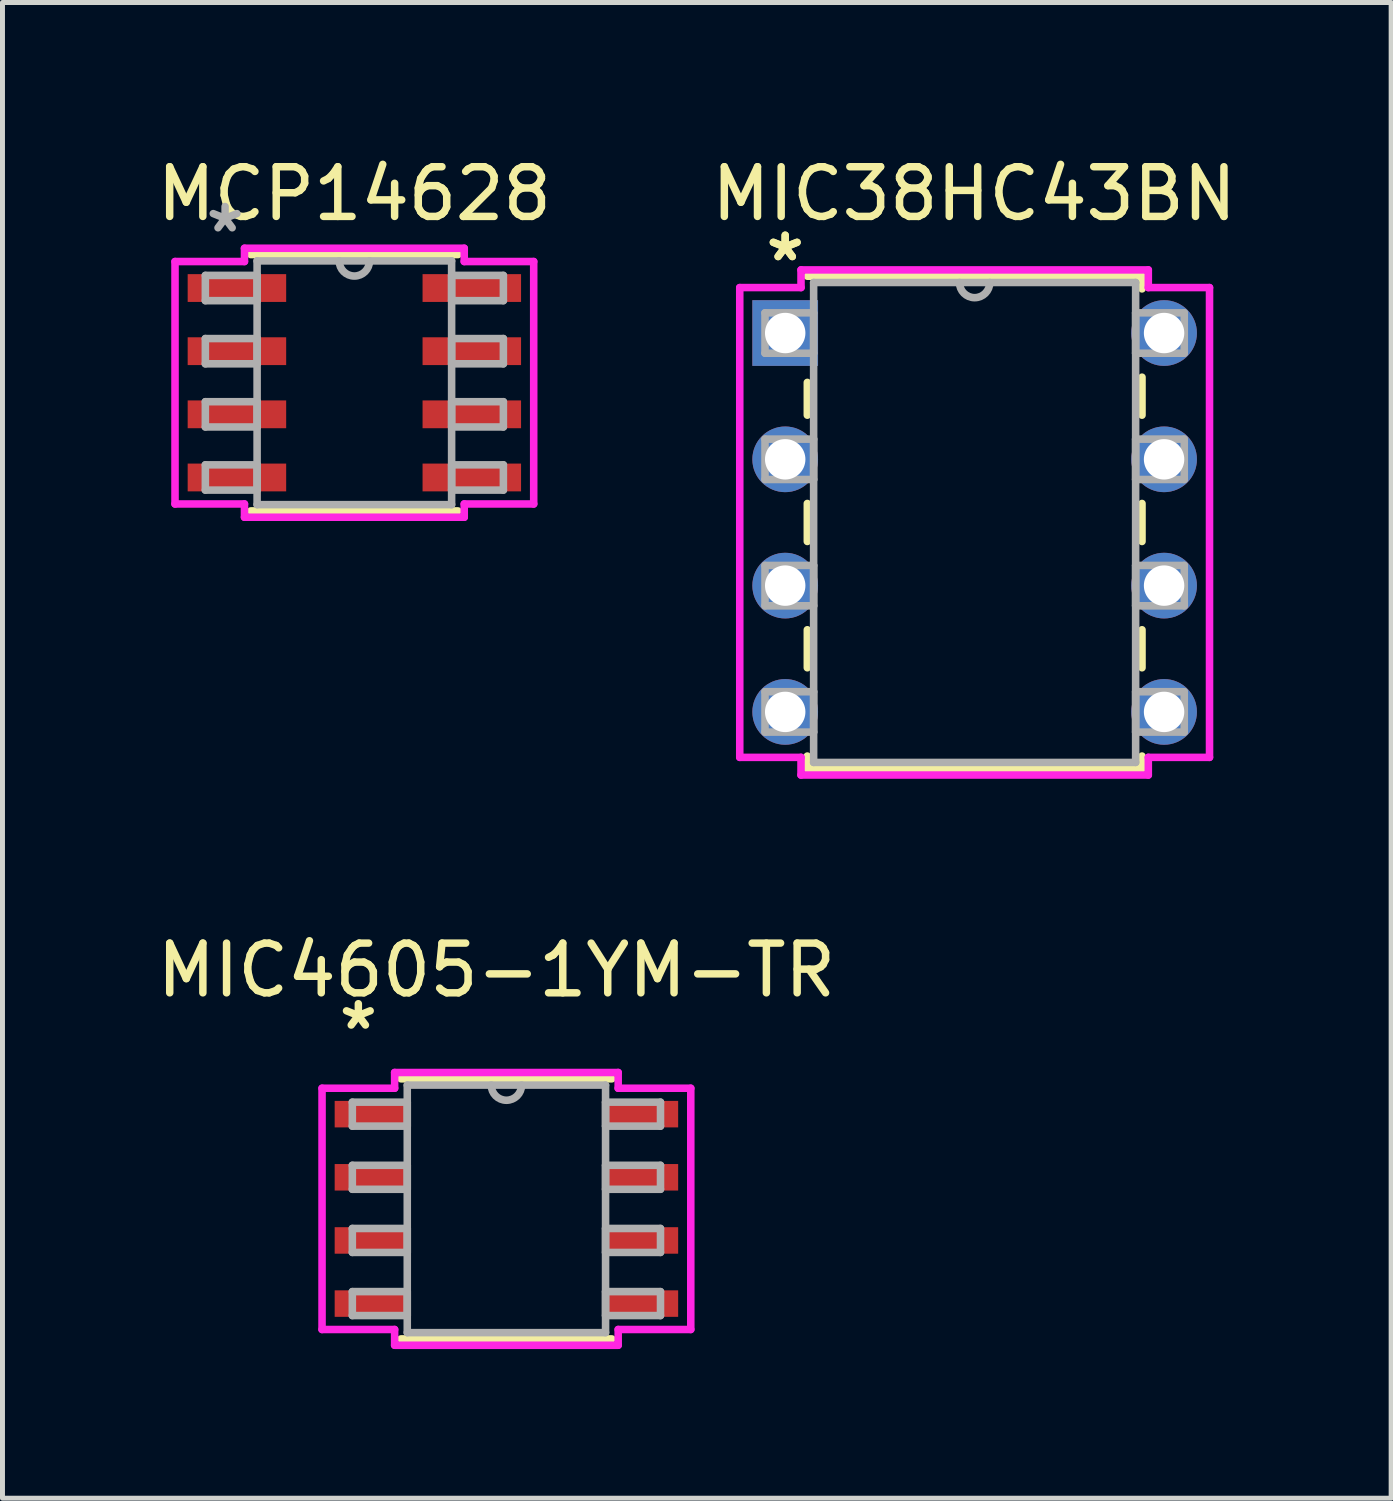
<source format=kicad_pcb>
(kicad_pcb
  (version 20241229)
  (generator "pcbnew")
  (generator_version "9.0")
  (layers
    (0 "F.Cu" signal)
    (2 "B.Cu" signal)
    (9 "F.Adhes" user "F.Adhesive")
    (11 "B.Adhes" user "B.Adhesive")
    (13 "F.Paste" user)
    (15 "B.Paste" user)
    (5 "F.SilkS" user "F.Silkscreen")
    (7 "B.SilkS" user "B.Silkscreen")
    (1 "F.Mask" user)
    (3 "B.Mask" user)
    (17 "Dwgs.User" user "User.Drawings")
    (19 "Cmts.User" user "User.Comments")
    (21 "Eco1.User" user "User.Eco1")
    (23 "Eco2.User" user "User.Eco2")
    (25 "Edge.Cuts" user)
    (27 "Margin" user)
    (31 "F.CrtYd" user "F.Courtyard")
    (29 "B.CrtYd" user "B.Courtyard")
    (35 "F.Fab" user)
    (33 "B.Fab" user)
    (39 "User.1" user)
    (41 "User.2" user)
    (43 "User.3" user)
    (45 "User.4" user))
  (footprint "MIC4605-1YM-TR"
    (layer "F.Cu")
    (at 7.135 21.263)
    (property "Reference" "MIC4605-1YM-TR" (at -0.2 -4.8 0) (layer "F.SilkS") (effects (font (size 1 1) (thickness 0.15))))
    (attr through_hole)
    (fp_line (start -2.121 2.616) (end 2.121 2.616) (stroke (width 0.152) (type solid)) (layer "F.SilkS"))
    (fp_line (start 2.121 -2.616) (end -2.121 -2.616) (stroke (width 0.152) (type solid)) (layer "F.SilkS"))
    (fp_line (start -3.708 -2.426) (end -2.248 -2.426) (stroke (width 0.152) (type solid)) (layer "F.CrtYd"))
    (fp_line (start -3.708 2.426) (end -3.708 -2.426) (stroke (width 0.152) (type solid)) (layer "F.CrtYd"))
    (fp_line (start -2.248 -2.743) (end 2.248 -2.743) (stroke (width 0.152) (type solid)) (layer "F.CrtYd"))
    (fp_line (start -2.248 -2.426) (end -2.248 -2.743) (stroke (width 0.152) (type solid)) (layer "F.CrtYd"))
    (fp_line (start -2.248 2.426) (end -3.708 2.426) (stroke (width 0.152) (type solid)) (layer "F.CrtYd"))
    (fp_line (start -2.248 2.743) (end -2.248 2.426) (stroke (width 0.152) (type solid)) (layer "F.CrtYd"))
    (fp_line (start 2.248 -2.743) (end 2.248 -2.426) (stroke (width 0.152) (type solid)) (layer "F.CrtYd"))
    (fp_line (start 2.248 -2.426) (end 3.708 -2.426) (stroke (width 0.152) (type solid)) (layer "F.CrtYd"))
    (fp_line (start 2.248 2.426) (end 2.248 2.743) (stroke (width 0.152) (type solid)) (layer "F.CrtYd"))
    (fp_line (start 2.248 2.743) (end -2.248 2.743) (stroke (width 0.152) (type solid)) (layer "F.CrtYd"))
    (fp_line (start 3.708 -2.426) (end 3.708 2.426) (stroke (width 0.152) (type solid)) (layer "F.CrtYd"))
    (fp_line (start 3.708 2.426) (end 2.248 2.426) (stroke (width 0.152) (type solid)) (layer "F.CrtYd"))
    (fp_line (start -3.099 -2.146) (end -3.099 -1.664) (stroke (width 0.152) (type solid)) (layer "F.Fab"))
    (fp_line (start -3.099 -1.664) (end -1.994 -1.664) (stroke (width 0.152) (type solid)) (layer "F.Fab"))
    (fp_line (start -3.099 -0.876) (end -3.099 -0.394) (stroke (width 0.152) (type solid)) (layer "F.Fab"))
    (fp_line (start -3.099 -0.394) (end -1.994 -0.394) (stroke (width 0.152) (type solid)) (layer "F.Fab"))
    (fp_line (start -3.099 0.394) (end -3.099 0.876) (stroke (width 0.152) (type solid)) (layer "F.Fab"))
    (fp_line (start -3.099 0.876) (end -1.994 0.876) (stroke (width 0.152) (type solid)) (layer "F.Fab"))
    (fp_line (start -3.099 1.664) (end -3.099 2.146) (stroke (width 0.152) (type solid)) (layer "F.Fab"))
    (fp_line (start -3.099 2.146) (end -1.994 2.146) (stroke (width 0.152) (type solid)) (layer "F.Fab"))
    (fp_line (start -1.994 -2.489) (end -1.994 2.489) (stroke (width 0.152) (type solid)) (layer "F.Fab"))
    (fp_line (start -1.994 -2.146) (end -3.099 -2.146) (stroke (width 0.152) (type solid)) (layer "F.Fab"))
    (fp_line (start -1.994 -1.664) (end -1.994 -2.146) (stroke (width 0.152) (type solid)) (layer "F.Fab"))
    (fp_line (start -1.994 -0.876) (end -3.099 -0.876) (stroke (width 0.152) (type solid)) (layer "F.Fab"))
    (fp_line (start -1.994 -0.394) (end -1.994 -0.876) (stroke (width 0.152) (type solid)) (layer "F.Fab"))
    (fp_line (start -1.994 0.394) (end -3.099 0.394) (stroke (width 0.152) (type solid)) (layer "F.Fab"))
    (fp_line (start -1.994 0.876) (end -1.994 0.394) (stroke (width 0.152) (type solid)) (layer "F.Fab"))
    (fp_line (start -1.994 1.664) (end -3.099 1.664) (stroke (width 0.152) (type solid)) (layer "F.Fab"))
    (fp_line (start -1.994 2.146) (end -1.994 1.664) (stroke (width 0.152) (type solid)) (layer "F.Fab"))
    (fp_line (start -1.994 2.489) (end 1.994 2.489) (stroke (width 0.152) (type solid)) (layer "F.Fab"))
    (fp_line (start 1.994 -2.489) (end -1.994 -2.489) (stroke (width 0.152) (type solid)) (layer "F.Fab"))
    (fp_line (start 1.994 -2.146) (end 1.994 -1.664) (stroke (width 0.152) (type solid)) (layer "F.Fab"))
    (fp_line (start 1.994 -1.664) (end 3.099 -1.664) (stroke (width 0.152) (type solid)) (layer "F.Fab"))
    (fp_line (start 1.994 -0.876) (end 1.994 -0.394) (stroke (width 0.152) (type solid)) (layer "F.Fab"))
    (fp_line (start 1.994 -0.394) (end 3.099 -0.394) (stroke (width 0.152) (type solid)) (layer "F.Fab"))
    (fp_line (start 1.994 0.394) (end 1.994 0.876) (stroke (width 0.152) (type solid)) (layer "F.Fab"))
    (fp_line (start 1.994 0.876) (end 3.099 0.876) (stroke (width 0.152) (type solid)) (layer "F.Fab"))
    (fp_line (start 1.994 1.664) (end 1.994 2.146) (stroke (width 0.152) (type solid)) (layer "F.Fab"))
    (fp_line (start 1.994 2.146) (end 3.099 2.146) (stroke (width 0.152) (type solid)) (layer "F.Fab"))
    (fp_line (start 1.994 2.489) (end 1.994 -2.489) (stroke (width 0.152) (type solid)) (layer "F.Fab"))
    (fp_line (start 3.099 -2.146) (end 1.994 -2.146) (stroke (width 0.152) (type solid)) (layer "F.Fab"))
    (fp_line (start 3.099 -1.664) (end 3.099 -2.146) (stroke (width 0.152) (type solid)) (layer "F.Fab"))
    (fp_line (start 3.099 -0.876) (end 1.994 -0.876) (stroke (width 0.152) (type solid)) (layer "F.Fab"))
    (fp_line (start 3.099 -0.394) (end 3.099 -0.876) (stroke (width 0.152) (type solid)) (layer "F.Fab"))
    (fp_line (start 3.099 0.394) (end 1.994 0.394) (stroke (width 0.152) (type solid)) (layer "F.Fab"))
    (fp_line (start 3.099 0.876) (end 3.099 0.394) (stroke (width 0.152) (type solid)) (layer "F.Fab"))
    (fp_line (start 3.099 1.664) (end 1.994 1.664) (stroke (width 0.152) (type solid)) (layer "F.Fab"))
    (fp_line (start 3.099 2.146) (end 3.099 1.664) (stroke (width 0.152) (type solid)) (layer "F.Fab"))
    (fp_arc (start 0.3048 -2.4892) (mid 0 -2.1844) (end -0.3048 -2.4892) (stroke (width 0.1524) (type solid)) (layer "F.Fab"))
    (fp_text user "*" (at -2.978 -3.581 0) (layer "F.SilkS") (effects (font (size 1 1) (thickness 0.15))))
    (pad "1" smd rect (at -2.724 -1.905) (size 1.46 0.533) (layers "F.Cu" "F.Mask" "F.Paste"))
    (pad "2" smd rect (at -2.724 -0.635) (size 1.46 0.533) (layers "F.Cu" "F.Mask" "F.Paste"))
    (pad "3" smd rect (at -2.724 0.635) (size 1.46 0.533) (layers "F.Cu" "F.Mask" "F.Paste"))
    (pad "4" smd rect (at -2.724 1.905) (size 1.46 0.533) (layers "F.Cu" "F.Mask" "F.Paste"))
    (pad "5" smd rect (at 2.724 1.905) (size 1.46 0.533) (layers "F.Cu" "F.Mask" "F.Paste"))
    (pad "6" smd rect (at 2.724 0.635) (size 1.46 0.533) (layers "F.Cu" "F.Mask" "F.Paste"))
    (pad "7" smd rect (at 2.724 -0.635) (size 1.46 0.533) (layers "F.Cu" "F.Mask" "F.Paste"))
    (pad "8" smd rect (at 2.724 -1.905) (size 1.46 0.533) (layers "F.Cu" "F.Mask" "F.Paste")))
  (footprint "MCP14628"
    (layer "F.Cu")
    (at 4.077 4.648)
    (property "Reference" "MCP14628" (at 0 -3.8 0) (layer "F.SilkS") (effects (font (size 1 1) (thickness 0.15))))
    (attr through_hole)
    (fp_line (start -2.083 2.578) (end 2.083 2.578) (stroke (width 0.152) (type solid)) (layer "F.SilkS"))
    (fp_line (start 2.083 -2.578) (end -2.083 -2.578) (stroke (width 0.152) (type solid)) (layer "F.SilkS"))
    (fp_line (start -3.607 -2.438) (end -2.21 -2.438) (stroke (width 0.152) (type solid)) (layer "F.CrtYd"))
    (fp_line (start -3.607 2.438) (end -3.607 -2.438) (stroke (width 0.152) (type solid)) (layer "F.CrtYd"))
    (fp_line (start -2.21 -2.705) (end 2.21 -2.705) (stroke (width 0.152) (type solid)) (layer "F.CrtYd"))
    (fp_line (start -2.21 -2.438) (end -2.21 -2.705) (stroke (width 0.152) (type solid)) (layer "F.CrtYd"))
    (fp_line (start -2.21 2.438) (end -3.607 2.438) (stroke (width 0.152) (type solid)) (layer "F.CrtYd"))
    (fp_line (start -2.21 2.705) (end -2.21 2.438) (stroke (width 0.152) (type solid)) (layer "F.CrtYd"))
    (fp_line (start 2.21 -2.705) (end 2.21 -2.438) (stroke (width 0.152) (type solid)) (layer "F.CrtYd"))
    (fp_line (start 2.21 -2.438) (end 3.607 -2.438) (stroke (width 0.152) (type solid)) (layer "F.CrtYd"))
    (fp_line (start 2.21 2.438) (end 2.21 2.705) (stroke (width 0.152) (type solid)) (layer "F.CrtYd"))
    (fp_line (start 2.21 2.705) (end -2.21 2.705) (stroke (width 0.152) (type solid)) (layer "F.CrtYd"))
    (fp_line (start 3.607 -2.438) (end 3.607 2.438) (stroke (width 0.152) (type solid)) (layer "F.CrtYd"))
    (fp_line (start 3.607 2.438) (end 2.21 2.438) (stroke (width 0.152) (type solid)) (layer "F.CrtYd"))
    (fp_line (start -2.997 -2.159) (end -2.997 -1.651) (stroke (width 0.152) (type solid)) (layer "F.Fab"))
    (fp_line (start -2.997 -1.651) (end -1.956 -1.651) (stroke (width 0.152) (type solid)) (layer "F.Fab"))
    (fp_line (start -2.997 -0.889) (end -2.997 -0.381) (stroke (width 0.152) (type solid)) (layer "F.Fab"))
    (fp_line (start -2.997 -0.381) (end -1.956 -0.381) (stroke (width 0.152) (type solid)) (layer "F.Fab"))
    (fp_line (start -2.997 0.381) (end -2.997 0.889) (stroke (width 0.152) (type solid)) (layer "F.Fab"))
    (fp_line (start -2.997 0.889) (end -1.956 0.889) (stroke (width 0.152) (type solid)) (layer "F.Fab"))
    (fp_line (start -2.997 1.651) (end -2.997 2.159) (stroke (width 0.152) (type solid)) (layer "F.Fab"))
    (fp_line (start -2.997 2.159) (end -1.956 2.159) (stroke (width 0.152) (type solid)) (layer "F.Fab"))
    (fp_line (start -1.956 -2.451) (end -1.956 2.451) (stroke (width 0.152) (type solid)) (layer "F.Fab"))
    (fp_line (start -1.956 -2.159) (end -2.997 -2.159) (stroke (width 0.152) (type solid)) (layer "F.Fab"))
    (fp_line (start -1.956 -1.651) (end -1.956 -2.159) (stroke (width 0.152) (type solid)) (layer "F.Fab"))
    (fp_line (start -1.956 -0.889) (end -2.997 -0.889) (stroke (width 0.152) (type solid)) (layer "F.Fab"))
    (fp_line (start -1.956 -0.381) (end -1.956 -0.889) (stroke (width 0.152) (type solid)) (layer "F.Fab"))
    (fp_line (start -1.956 0.381) (end -2.997 0.381) (stroke (width 0.152) (type solid)) (layer "F.Fab"))
    (fp_line (start -1.956 0.889) (end -1.956 0.381) (stroke (width 0.152) (type solid)) (layer "F.Fab"))
    (fp_line (start -1.956 1.651) (end -2.997 1.651) (stroke (width 0.152) (type solid)) (layer "F.Fab"))
    (fp_line (start -1.956 2.159) (end -1.956 1.651) (stroke (width 0.152) (type solid)) (layer "F.Fab"))
    (fp_line (start -1.956 2.451) (end 1.956 2.451) (stroke (width 0.152) (type solid)) (layer "F.Fab"))
    (fp_line (start 1.956 -2.451) (end -1.956 -2.451) (stroke (width 0.152) (type solid)) (layer "F.Fab"))
    (fp_line (start 1.956 -2.159) (end 1.956 -1.651) (stroke (width 0.152) (type solid)) (layer "F.Fab"))
    (fp_line (start 1.956 -1.651) (end 2.997 -1.651) (stroke (width 0.152) (type solid)) (layer "F.Fab"))
    (fp_line (start 1.956 -0.889) (end 1.956 -0.381) (stroke (width 0.152) (type solid)) (layer "F.Fab"))
    (fp_line (start 1.956 -0.381) (end 2.997 -0.381) (stroke (width 0.152) (type solid)) (layer "F.Fab"))
    (fp_line (start 1.956 0.381) (end 1.956 0.889) (stroke (width 0.152) (type solid)) (layer "F.Fab"))
    (fp_line (start 1.956 0.889) (end 2.997 0.889) (stroke (width 0.152) (type solid)) (layer "F.Fab"))
    (fp_line (start 1.956 1.651) (end 1.956 2.159) (stroke (width 0.152) (type solid)) (layer "F.Fab"))
    (fp_line (start 1.956 2.159) (end 2.997 2.159) (stroke (width 0.152) (type solid)) (layer "F.Fab"))
    (fp_line (start 1.956 2.451) (end 1.956 -2.451) (stroke (width 0.152) (type solid)) (layer "F.Fab"))
    (fp_line (start 2.997 -2.159) (end 1.956 -2.159) (stroke (width 0.152) (type solid)) (layer "F.Fab"))
    (fp_line (start 2.997 -1.651) (end 2.997 -2.159) (stroke (width 0.152) (type solid)) (layer "F.Fab"))
    (fp_line (start 2.997 -0.889) (end 1.956 -0.889) (stroke (width 0.152) (type solid)) (layer "F.Fab"))
    (fp_line (start 2.997 -0.381) (end 2.997 -0.889) (stroke (width 0.152) (type solid)) (layer "F.Fab"))
    (fp_line (start 2.997 0.381) (end 1.956 0.381) (stroke (width 0.152) (type solid)) (layer "F.Fab"))
    (fp_line (start 2.997 0.889) (end 2.997 0.381) (stroke (width 0.152) (type solid)) (layer "F.Fab"))
    (fp_line (start 2.997 1.651) (end 1.956 1.651) (stroke (width 0.152) (type solid)) (layer "F.Fab"))
    (fp_line (start 2.997 2.159) (end 2.997 1.651) (stroke (width 0.152) (type solid)) (layer "F.Fab"))
    (fp_arc (start 0.3048 -2.4511) (mid 0 -2.1463) (end -0.3048 -2.4511) (stroke (width 0.1524) (type solid)) (layer "F.Fab"))
    (fp_text user "*" (at -2.6 -3 0) (layer "F.Fab") (effects (font (size 1 1) (thickness 0.15))))
    (pad "1" smd rect (at -2.362 -1.905) (size 1.981 0.559) (layers "F.Cu" "F.Mask" "F.Paste"))
    (pad "2" smd rect (at -2.362 -0.635) (size 1.981 0.559) (layers "F.Cu" "F.Mask" "F.Paste"))
    (pad "3" smd rect (at -2.362 0.635) (size 1.981 0.559) (layers "F.Cu" "F.Mask" "F.Paste"))
    (pad "4" smd rect (at -2.362 1.905) (size 1.981 0.559) (layers "F.Cu" "F.Mask" "F.Paste"))
    (pad "5" smd rect (at 2.362 1.905) (size 1.981 0.559) (layers "F.Cu" "F.Mask" "F.Paste"))
    (pad "6" smd rect (at 2.362 0.635) (size 1.981 0.559) (layers "F.Cu" "F.Mask" "F.Paste"))
    (pad "7" smd rect (at 2.362 -0.635) (size 1.981 0.559) (layers "F.Cu" "F.Mask" "F.Paste"))
    (pad "8" smd rect (at 2.362 -1.905) (size 1.981 0.559) (layers "F.Cu" "F.Mask" "F.Paste")))
  (footprint "MIC38HC43BN"
    (layer "F.Cu")
    (at 12.742 3.648)
    (property "Reference" "MIC38HC43BN" (at 3.8 -2.8 0) (layer "F.SilkS") (effects (font (size 1 1) (thickness 0.15))))
    (attr through_hole)
    (fp_line (start 0.445 0.993) (end 0.445 1.652) (stroke (width 0.152) (type solid)) (layer "F.SilkS"))
    (fp_line (start 0.445 3.428) (end 0.445 4.192) (stroke (width 0.152) (type solid)) (layer "F.SilkS"))
    (fp_line (start 0.445 5.968) (end 0.445 6.732) (stroke (width 0.152) (type solid)) (layer "F.SilkS"))
    (fp_line (start 0.445 8.508) (end 0.445 8.763) (stroke (width 0.152) (type solid)) (layer "F.SilkS"))
    (fp_line (start 0.445 8.763) (end 7.176 8.763) (stroke (width 0.152) (type solid)) (layer "F.SilkS"))
    (fp_line (start 7.176 -1.143) (end 0.445 -1.143) (stroke (width 0.152) (type solid)) (layer "F.SilkS"))
    (fp_line (start 7.176 -0.888) (end 7.176 -1.143) (stroke (width 0.152) (type solid)) (layer "F.SilkS"))
    (fp_line (start 7.176 1.652) (end 7.176 0.888) (stroke (width 0.152) (type solid)) (layer "F.SilkS"))
    (fp_line (start 7.176 4.192) (end 7.176 3.428) (stroke (width 0.152) (type solid)) (layer "F.SilkS"))
    (fp_line (start 7.176 6.732) (end 7.176 5.968) (stroke (width 0.152) (type solid)) (layer "F.SilkS"))
    (fp_line (start 7.176 8.763) (end 7.176 8.508) (stroke (width 0.152) (type solid)) (layer "F.SilkS"))
    (fp_line (start -0.914 -0.914) (end -0.914 8.534) (stroke (width 0.152) (type solid)) (layer "F.CrtYd"))
    (fp_line (start -0.914 8.534) (end 0.318 8.534) (stroke (width 0.152) (type solid)) (layer "F.CrtYd"))
    (fp_line (start 0.318 -1.27) (end 0.318 -0.914) (stroke (width 0.152) (type solid)) (layer "F.CrtYd"))
    (fp_line (start 0.318 -0.914) (end -0.914 -0.914) (stroke (width 0.152) (type solid)) (layer "F.CrtYd"))
    (fp_line (start 0.318 8.534) (end 0.318 8.89) (stroke (width 0.152) (type solid)) (layer "F.CrtYd"))
    (fp_line (start 0.318 8.89) (end 7.303 8.89) (stroke (width 0.152) (type solid)) (layer "F.CrtYd"))
    (fp_line (start 7.303 -1.27) (end 0.318 -1.27) (stroke (width 0.152) (type solid)) (layer "F.CrtYd"))
    (fp_line (start 7.303 -0.914) (end 7.303 -1.27) (stroke (width 0.152) (type solid)) (layer "F.CrtYd"))
    (fp_line (start 7.303 8.534) (end 8.534 8.534) (stroke (width 0.152) (type solid)) (layer "F.CrtYd"))
    (fp_line (start 7.303 8.89) (end 7.303 8.534) (stroke (width 0.152) (type solid)) (layer "F.CrtYd"))
    (fp_line (start 8.534 -0.914) (end 7.303 -0.914) (stroke (width 0.152) (type solid)) (layer "F.CrtYd"))
    (fp_line (start 8.534 8.534) (end 8.534 -0.914) (stroke (width 0.152) (type solid)) (layer "F.CrtYd"))
    (fp_line (start -0.406 -0.406) (end -0.406 0.406) (stroke (width 0.152) (type solid)) (layer "F.Fab"))
    (fp_line (start -0.406 0.406) (end 0.572 0.406) (stroke (width 0.152) (type solid)) (layer "F.Fab"))
    (fp_line (start -0.406 2.134) (end -0.406 2.946) (stroke (width 0.152) (type solid)) (layer "F.Fab"))
    (fp_line (start -0.406 2.946) (end 0.572 2.946) (stroke (width 0.152) (type solid)) (layer "F.Fab"))
    (fp_line (start -0.406 4.674) (end -0.406 5.486) (stroke (width 0.152) (type solid)) (layer "F.Fab"))
    (fp_line (start -0.406 5.486) (end 0.572 5.486) (stroke (width 0.152) (type solid)) (layer "F.Fab"))
    (fp_line (start -0.406 7.214) (end -0.406 8.026) (stroke (width 0.152) (type solid)) (layer "F.Fab"))
    (fp_line (start -0.406 8.026) (end 0.572 8.026) (stroke (width 0.152) (type solid)) (layer "F.Fab"))
    (fp_line (start 0.572 -1.016) (end 0.572 8.636) (stroke (width 0.152) (type solid)) (layer "F.Fab"))
    (fp_line (start 0.572 -0.406) (end -0.406 -0.406) (stroke (width 0.152) (type solid)) (layer "F.Fab"))
    (fp_line (start 0.572 0.406) (end 0.572 -0.406) (stroke (width 0.152) (type solid)) (layer "F.Fab"))
    (fp_line (start 0.572 2.134) (end -0.406 2.134) (stroke (width 0.152) (type solid)) (layer "F.Fab"))
    (fp_line (start 0.572 2.946) (end 0.572 2.134) (stroke (width 0.152) (type solid)) (layer "F.Fab"))
    (fp_line (start 0.572 4.674) (end -0.406 4.674) (stroke (width 0.152) (type solid)) (layer "F.Fab"))
    (fp_line (start 0.572 5.486) (end 0.572 4.674) (stroke (width 0.152) (type solid)) (layer "F.Fab"))
    (fp_line (start 0.572 7.214) (end -0.406 7.214) (stroke (width 0.152) (type solid)) (layer "F.Fab"))
    (fp_line (start 0.572 8.026) (end 0.572 7.214) (stroke (width 0.152) (type solid)) (layer "F.Fab"))
    (fp_line (start 0.572 8.636) (end 7.048 8.636) (stroke (width 0.152) (type solid)) (layer "F.Fab"))
    (fp_line (start 7.048 -1.016) (end 0.572 -1.016) (stroke (width 0.152) (type solid)) (layer "F.Fab"))
    (fp_line (start 7.048 -0.406) (end 7.048 0.406) (stroke (width 0.152) (type solid)) (layer "F.Fab"))
    (fp_line (start 7.048 0.406) (end 8.026 0.406) (stroke (width 0.152) (type solid)) (layer "F.Fab"))
    (fp_line (start 7.048 2.134) (end 7.048 2.946) (stroke (width 0.152) (type solid)) (layer "F.Fab"))
    (fp_line (start 7.048 2.946) (end 8.026 2.946) (stroke (width 0.152) (type solid)) (layer "F.Fab"))
    (fp_line (start 7.048 4.674) (end 7.048 5.486) (stroke (width 0.152) (type solid)) (layer "F.Fab"))
    (fp_line (start 7.048 5.486) (end 8.026 5.486) (stroke (width 0.152) (type solid)) (layer "F.Fab"))
    (fp_line (start 7.048 7.214) (end 7.048 8.026) (stroke (width 0.152) (type solid)) (layer "F.Fab"))
    (fp_line (start 7.048 8.026) (end 8.026 8.026) (stroke (width 0.152) (type solid)) (layer "F.Fab"))
    (fp_line (start 7.048 8.636) (end 7.048 -1.016) (stroke (width 0.152) (type solid)) (layer "F.Fab"))
    (fp_line (start 8.026 -0.406) (end 7.048 -0.406) (stroke (width 0.152) (type solid)) (layer "F.Fab"))
    (fp_line (start 8.026 0.406) (end 8.026 -0.406) (stroke (width 0.152) (type solid)) (layer "F.Fab"))
    (fp_line (start 8.026 2.134) (end 7.048 2.134) (stroke (width 0.152) (type solid)) (layer "F.Fab"))
    (fp_line (start 8.026 2.946) (end 8.026 2.134) (stroke (width 0.152) (type solid)) (layer "F.Fab"))
    (fp_line (start 8.026 4.674) (end 7.048 4.674) (stroke (width 0.152) (type solid)) (layer "F.Fab"))
    (fp_line (start 8.026 5.486) (end 8.026 4.674) (stroke (width 0.152) (type solid)) (layer "F.Fab"))
    (fp_line (start 8.026 7.214) (end 7.048 7.214) (stroke (width 0.152) (type solid)) (layer "F.Fab"))
    (fp_line (start 8.026 8.026) (end 8.026 7.214) (stroke (width 0.152) (type solid)) (layer "F.Fab"))
    (fp_arc (start 4.1148 -1.016) (mid 3.81 -0.7112) (end 3.5052 -1.016) (stroke (width 0.1524) (type solid)) (layer "F.Fab"))
    (fp_text user "*" (at 0 -1.422 0) (layer "F.SilkS") (effects (font (size 1 1) (thickness 0.15))))
    (fp_text user "*" (at 0 -1.422 0) (layer "F.SilkS") (effects (font (size 1 1) (thickness 0.15))))
    (pad "1" thru_hole rect (at 0 0) (size 1.321 1.321) (drill 0.813) (layers "*.Cu" "*.Mask"))
    (pad "2" thru_hole circle (at 0 2.54) (size 1.321 1.321) (drill 0.813) (layers "*.Cu" "*.Mask"))
    (pad "3" thru_hole circle (at 0 5.08) (size 1.321 1.321) (drill 0.813) (layers "*.Cu" "*.Mask"))
    (pad "4" thru_hole circle (at 0 7.62) (size 1.321 1.321) (drill 0.813) (layers "*.Cu" "*.Mask"))
    (pad "5" thru_hole circle (at 7.62 7.62) (size 1.321 1.321) (drill 0.813) (layers "*.Cu" "*.Mask"))
    (pad "6" thru_hole circle (at 7.62 5.08) (size 1.321 1.321) (drill 0.813) (layers "*.Cu" "*.Mask"))
    (pad "7" thru_hole circle (at 7.62 2.54) (size 1.321 1.321) (drill 0.813) (layers "*.Cu" "*.Mask"))
    (pad "8" thru_hole circle (at 7.62 0) (size 1.321 1.321) (drill 0.813) (layers "*.Cu" "*.Mask")))
  (gr_rect
    (start -3 -3)
    (end 24.929 27.082)
    (stroke (width 0.1) (type default))
    (fill no)
    (layer "Edge.Cuts")))
</source>
